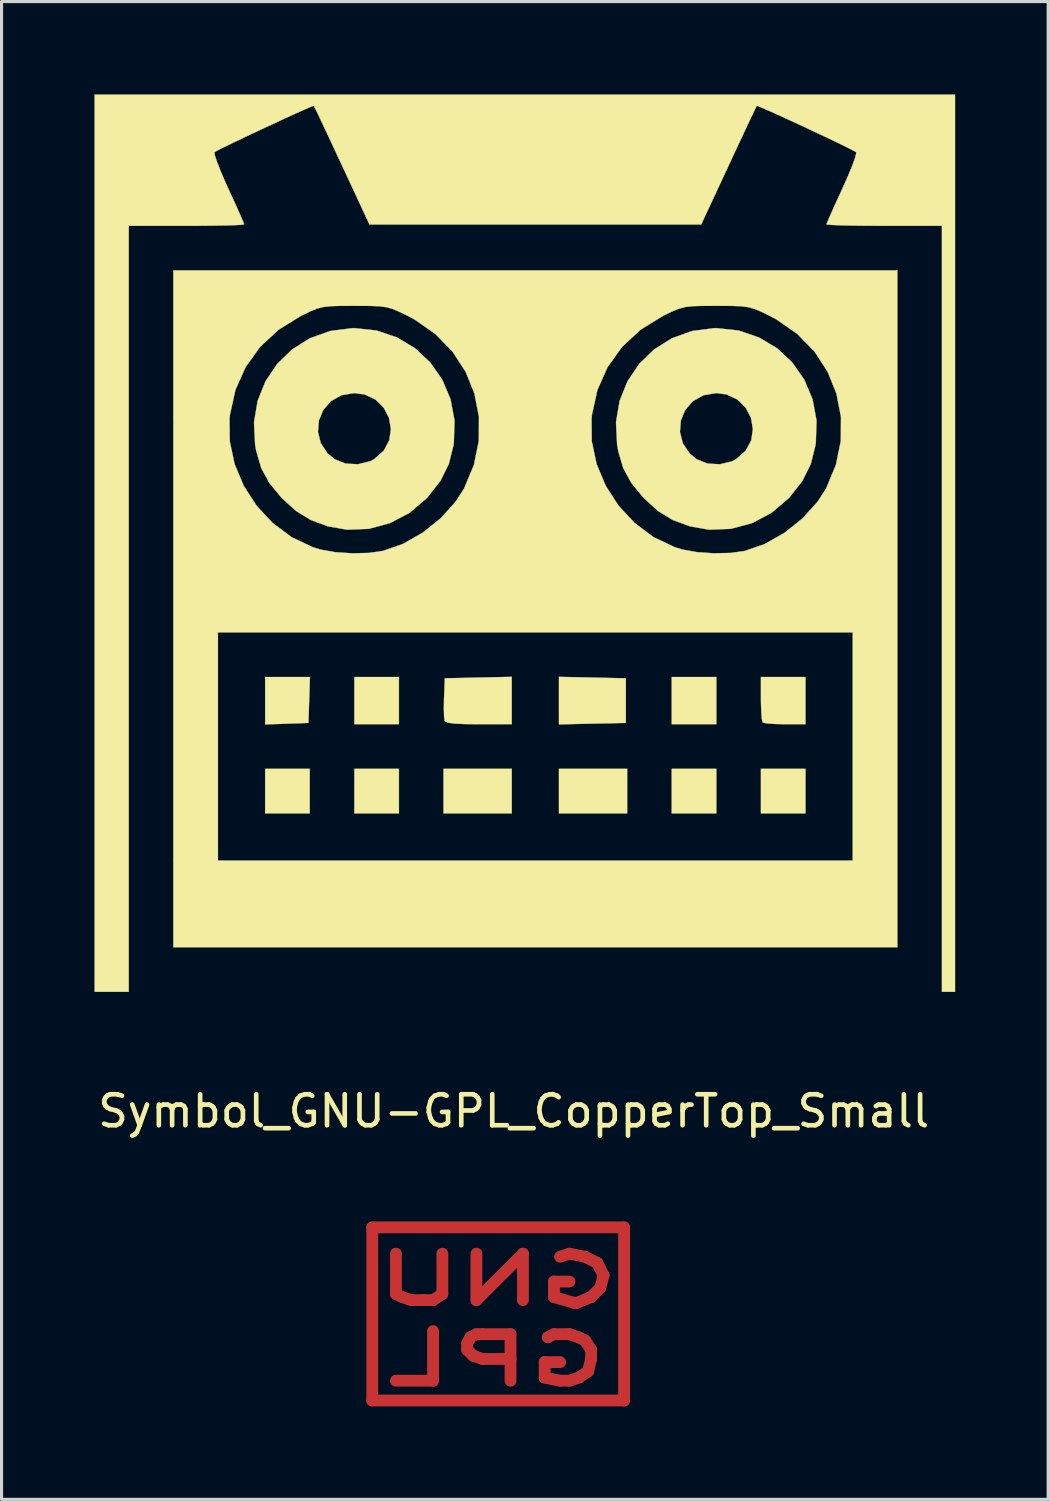
<source format=kicad_pcb>
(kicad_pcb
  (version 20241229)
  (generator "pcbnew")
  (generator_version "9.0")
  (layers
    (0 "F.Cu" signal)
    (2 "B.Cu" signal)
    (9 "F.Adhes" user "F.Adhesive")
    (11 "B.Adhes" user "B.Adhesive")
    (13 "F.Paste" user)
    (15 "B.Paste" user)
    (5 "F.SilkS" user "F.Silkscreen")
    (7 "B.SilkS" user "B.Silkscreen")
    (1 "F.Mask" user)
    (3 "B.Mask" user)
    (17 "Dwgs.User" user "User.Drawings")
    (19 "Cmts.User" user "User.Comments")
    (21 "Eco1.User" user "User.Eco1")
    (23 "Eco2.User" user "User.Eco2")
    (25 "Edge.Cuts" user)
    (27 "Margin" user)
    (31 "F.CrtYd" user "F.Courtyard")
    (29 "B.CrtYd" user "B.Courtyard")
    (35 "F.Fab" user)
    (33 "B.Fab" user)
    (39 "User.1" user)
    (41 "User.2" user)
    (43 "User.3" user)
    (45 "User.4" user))
  (footprint "Symbol_GNU-GPL_CopperTop_Small"
    (layer "F.Cu")
    (at 13.029 39.614)
    (property "Reference" "Symbol_GNU-GPL_CopperTop_Small" (at 0.5 -6.8 0) (layer "F.SilkS") (effects (font (size 1 1) (thickness 0.15))))
    (attr through_hole)
    (fp_line (start -4.064 -3.048) (end -4.064 2.54) (stroke (width 0.381) (type solid)) (layer "F.Cu"))
    (fp_line (start -4.064 2.54) (end 4.064 2.54) (stroke (width 0.381) (type solid)) (layer "F.Cu"))
    (fp_line (start -3.299 -0.899) (end -3.299 -2.2) (stroke (width 0.381) (type solid)) (layer "F.Cu"))
    (fp_line (start -3.099 -0.8) (end -3.299 -0.899) (stroke (width 0.381) (type solid)) (layer "F.Cu"))
    (fp_line (start -2.799 -0.701) (end -3.099 -0.8) (stroke (width 0.381) (type solid)) (layer "F.Cu"))
    (fp_line (start -2.4 -0.701) (end -2.799 -0.701) (stroke (width 0.381) (type solid)) (layer "F.Cu"))
    (fp_line (start -2.101 -0.701) (end -2.4 -0.701) (stroke (width 0.381) (type solid)) (layer "F.Cu"))
    (fp_line (start -2.101 0.3) (end -2.101 1.9) (stroke (width 0.381) (type solid)) (layer "F.Cu"))
    (fp_line (start -2.101 1.9) (end -3.299 1.9) (stroke (width 0.381) (type solid)) (layer "F.Cu"))
    (fp_line (start -1.801 -2.2) (end -1.801 -0.899) (stroke (width 0.381) (type solid)) (layer "F.Cu"))
    (fp_line (start -1.801 -0.899) (end -2.101 -0.701) (stroke (width 0.381) (type solid)) (layer "F.Cu"))
    (fp_line (start -1.001 0.701) (end -1.001 0.899) (stroke (width 0.381) (type solid)) (layer "F.Cu"))
    (fp_line (start -1.001 0.899) (end -0.8 1.1) (stroke (width 0.381) (type solid)) (layer "F.Cu"))
    (fp_line (start -0.899 0.5) (end -1.001 0.701) (stroke (width 0.381) (type solid)) (layer "F.Cu"))
    (fp_line (start -0.8 1.1) (end -0.5 1.199) (stroke (width 0.381) (type solid)) (layer "F.Cu"))
    (fp_line (start -0.701 -0.701) (end -0.701 -2.2) (stroke (width 0.381) (type solid)) (layer "F.Cu"))
    (fp_line (start -0.701 0.399) (end -0.899 0.5) (stroke (width 0.381) (type solid)) (layer "F.Cu"))
    (fp_line (start -0.5 0.399) (end -0.701 0.399) (stroke (width 0.381) (type solid)) (layer "F.Cu"))
    (fp_line (start -0.5 1.199) (end 0.399 1.199) (stroke (width 0.381) (type solid)) (layer "F.Cu"))
    (fp_line (start 0.399 0.399) (end -0.5 0.399) (stroke (width 0.381) (type solid)) (layer "F.Cu"))
    (fp_line (start 0.399 1.9) (end 0.399 0.399) (stroke (width 0.381) (type solid)) (layer "F.Cu"))
    (fp_line (start 0.8 -2.2) (end -0.701 -0.701) (stroke (width 0.381) (type solid)) (layer "F.Cu"))
    (fp_line (start 0.8 -0.701) (end 0.8 -2.2) (stroke (width 0.381) (type solid)) (layer "F.Cu"))
    (fp_line (start 1.501 1.3) (end 1.999 1.3) (stroke (width 0.381) (type solid)) (layer "F.Cu"))
    (fp_line (start 1.501 1.801) (end 1.501 1.3) (stroke (width 0.381) (type solid)) (layer "F.Cu"))
    (fp_line (start 1.6 0.5) (end 1.801 0.399) (stroke (width 0.381) (type solid)) (layer "F.Cu"))
    (fp_line (start 1.801 -1.3) (end 2.301 -1.3) (stroke (width 0.381) (type solid)) (layer "F.Cu"))
    (fp_line (start 1.801 -0.8) (end 1.801 -1.3) (stroke (width 0.381) (type solid)) (layer "F.Cu"))
    (fp_line (start 1.801 0.399) (end 2.301 0.399) (stroke (width 0.381) (type solid)) (layer "F.Cu"))
    (fp_line (start 1.999 -2.101) (end 2.301 -2.2) (stroke (width 0.381) (type solid)) (layer "F.Cu"))
    (fp_line (start 1.999 1.9) (end 1.501 1.801) (stroke (width 0.381) (type solid)) (layer "F.Cu"))
    (fp_line (start 2.301 -2.2) (end 2.799 -2.101) (stroke (width 0.381) (type solid)) (layer "F.Cu"))
    (fp_line (start 2.301 0.399) (end 2.601 0.5) (stroke (width 0.381) (type solid)) (layer "F.Cu"))
    (fp_line (start 2.301 1.9) (end 1.999 1.9) (stroke (width 0.381) (type solid)) (layer "F.Cu"))
    (fp_line (start 2.499 -0.599) (end 1.801 -0.8) (stroke (width 0.381) (type solid)) (layer "F.Cu"))
    (fp_line (start 2.601 0.5) (end 2.799 0.599) (stroke (width 0.381) (type solid)) (layer "F.Cu"))
    (fp_line (start 2.601 1.801) (end 2.301 1.9) (stroke (width 0.381) (type solid)) (layer "F.Cu"))
    (fp_line (start 2.799 -2.101) (end 3.2 -1.9) (stroke (width 0.381) (type solid)) (layer "F.Cu"))
    (fp_line (start 2.799 0.599) (end 3 0.899) (stroke (width 0.381) (type solid)) (layer "F.Cu"))
    (fp_line (start 2.901 1.6) (end 2.601 1.801) (stroke (width 0.381) (type solid)) (layer "F.Cu"))
    (fp_line (start 3 -0.8) (end 2.499 -0.599) (stroke (width 0.381) (type solid)) (layer "F.Cu"))
    (fp_line (start 3 0.899) (end 3 1.199) (stroke (width 0.381) (type solid)) (layer "F.Cu"))
    (fp_line (start 3 1.199) (end 2.901 1.6) (stroke (width 0.381) (type solid)) (layer "F.Cu"))
    (fp_line (start 3.2 -1.9) (end 3.401 -1.501) (stroke (width 0.381) (type solid)) (layer "F.Cu"))
    (fp_line (start 3.299 -1.1) (end 3 -0.8) (stroke (width 0.381) (type solid)) (layer "F.Cu"))
    (fp_line (start 3.401 -1.501) (end 3.299 -1.1) (stroke (width 0.381) (type solid)) (layer "F.Cu"))
    (fp_line (start 4.064 -3.048) (end -4.064 -3.048) (stroke (width 0.381) (type solid)) (layer "F.Cu"))
    (fp_line (start 4.064 2.54) (end 4.064 -3.048) (stroke (width 0.381) (type solid)) (layer "F.Cu")))
  (footprint "robo"
    (layer "F.Cu")
    (at 13.89 14.483)
    (property "Reference" "robo" (at 0 0 0) (layer "F.SilkS") (effects (font (size 1.524 1.524) (thickness 0.3))))
    (attr through_hole)
    (fp_poly (pts (xy -6.985 5.8) (xy -8.382 5.849) (xy -8.382 4.318) (xy -6.936 4.318) (xy -6.985 5.8)) (stroke (width 0.01) (type solid)) (fill yes) (layer "F.SilkS"))
    (fp_poly (pts (xy -6.943 8.721) (xy -8.382 8.721) (xy -8.382 7.281) (xy -6.943 7.281) (xy -6.943 8.721)) (stroke (width 0.01) (type solid)) (fill yes) (layer "F.SilkS"))
    (fp_poly (pts (xy -4.064 5.842) (xy -5.503 5.842) (xy -5.503 4.318) (xy -4.064 4.318) (xy -4.064 5.842)) (stroke (width 0.01) (type solid)) (fill yes) (layer "F.SilkS"))
    (fp_poly (pts (xy -4.064 8.721) (xy -5.503 8.721) (xy -5.503 7.281) (xy -4.064 7.281) (xy -4.064 8.721)) (stroke (width 0.01) (type solid)) (fill yes) (layer "F.SilkS"))
    (fp_poly (pts (xy -0.423 8.721) (xy -2.625 8.721) (xy -2.625 7.281) (xy -0.423 7.281) (xy -0.423 8.721)) (stroke (width 0.01) (type solid)) (fill yes) (layer "F.SilkS"))
    (fp_poly (pts (xy 3.302 8.721) (xy 1.101 8.721) (xy 1.101 7.281) (xy 3.302 7.281) (xy 3.302 8.721)) (stroke (width 0.01) (type solid)) (fill yes) (layer "F.SilkS"))
    (fp_poly (pts (xy 6.181 5.842) (xy 4.741 5.842) (xy 4.741 4.318) (xy 6.181 4.318) (xy 6.181 5.842)) (stroke (width 0.01) (type solid)) (fill yes) (layer "F.SilkS"))
    (fp_poly (pts (xy 6.181 8.721) (xy 4.741 8.721) (xy 4.741 7.281) (xy 6.181 7.281) (xy 6.181 8.721)) (stroke (width 0.01) (type solid)) (fill yes) (layer "F.SilkS"))
    (fp_poly (pts (xy 9.059 8.721) (xy 7.62 8.721) (xy 7.62 7.281) (xy 9.059 7.281) (xy 9.059 8.721)) (stroke (width 0.01) (type solid)) (fill yes) (layer "F.SilkS"))
    (fp_poly (pts (xy 2.18 4.337) (xy 3.26 4.36) (xy 3.26 5.8) (xy 2.18 5.823) (xy 1.101 5.847) (xy 1.101 4.313) (xy 2.18 4.337)) (stroke (width 0.01) (type solid)) (fill yes) (layer "F.SilkS"))
    (fp_poly (pts (xy 9.059 5.842) (xy 8.396 5.842) (xy 8.076 5.835) (xy 7.824 5.817) (xy 7.687 5.792) (xy 7.676 5.786) (xy 7.65 5.68) (xy 7.631 5.449) (xy 7.621 5.136) (xy 7.62 5.024) (xy 7.62 4.318) (xy 9.059 4.318) (xy 9.059 5.842)) (stroke (width 0.01) (type solid)) (fill yes) (layer "F.SilkS"))
    (fp_poly (pts (xy -0.423 5.842) (xy -1.484 5.842) (xy -1.954 5.837) (xy -2.277 5.822) (xy -2.476 5.794) (xy -2.573 5.751) (xy -2.589 5.728) (xy -2.607 5.592) (xy -2.614 5.339) (xy -2.609 5.021) (xy -2.607 4.987) (xy -2.582 4.36) (xy -1.503 4.337) (xy -0.423 4.313) (xy -0.423 5.842)) (stroke (width 0.01) (type solid)) (fill yes) (layer "F.SilkS"))
    (fp_poly (pts (xy -4.782 -6.864) (xy -4.122 -6.64) (xy -3.539 -6.289) (xy -3.047 -5.827) (xy -2.662 -5.273) (xy -2.397 -4.644) (xy -2.269 -3.957) (xy -2.292 -3.23) (xy -2.3 -3.175) (xy -2.453 -2.56) (xy -2.723 -2.015) (xy -3.134 -1.49) (xy -3.17 -1.452) (xy -3.726 -0.977) (xy -4.356 -0.646) (xy -5.036 -0.464) (xy -5.741 -0.437) (xy -6.35 -0.544) (xy -6.908 -0.749) (xy -7.387 -1.042) (xy -7.847 -1.461) (xy -7.858 -1.473) (xy -8.246 -1.944) (xy -8.506 -2.42) (xy -8.667 -2.963) (xy -8.706 -3.176) (xy -8.726 -3.593) (xy -6.678 -3.593) (xy -6.586 -3.228) (xy -6.365 -2.896) (xy -6.138 -2.708) (xy -5.791 -2.571) (xy -5.39 -2.548) (xy -5.002 -2.641) (xy -4.866 -2.711) (xy -4.554 -2.987) (xy -4.376 -3.322) (xy -4.323 -3.686) (xy -4.385 -4.047) (xy -4.554 -4.373) (xy -4.819 -4.636) (xy -5.173 -4.802) (xy -5.503 -4.846) (xy -5.925 -4.775) (xy -6.263 -4.583) (xy -6.507 -4.302) (xy -6.648 -3.961) (xy -6.678 -3.593) (xy -8.726 -3.593) (xy -8.742 -3.903) (xy -8.625 -4.592) (xy -8.371 -5.226) (xy -7.994 -5.786) (xy -7.51 -6.256) (xy -6.934 -6.617) (xy -6.28 -6.851) (xy -5.563 -6.942) (xy -5.503 -6.943) (xy -4.782 -6.864)) (stroke (width 0.01) (type solid)) (fill yes) (layer "F.SilkS"))
    (fp_poly (pts (xy 6.902 -6.864) (xy 7.562 -6.64) (xy 8.145 -6.289) (xy 8.637 -5.827) (xy 9.022 -5.273) (xy 9.287 -4.644) (xy 9.415 -3.957) (xy 9.392 -3.23) (xy 9.384 -3.175) (xy 9.231 -2.56) (xy 8.961 -2.015) (xy 8.55 -1.49) (xy 8.514 -1.452) (xy 7.958 -0.977) (xy 7.328 -0.646) (xy 6.648 -0.464) (xy 5.943 -0.437) (xy 5.334 -0.544) (xy 4.776 -0.749) (xy 4.297 -1.042) (xy 3.837 -1.461) (xy 3.826 -1.473) (xy 3.438 -1.944) (xy 3.178 -2.42) (xy 3.017 -2.963) (xy 2.978 -3.176) (xy 2.958 -3.593) (xy 5.006 -3.593) (xy 5.098 -3.228) (xy 5.319 -2.896) (xy 5.546 -2.708) (xy 5.893 -2.571) (xy 6.294 -2.548) (xy 6.682 -2.641) (xy 6.818 -2.711) (xy 7.13 -2.987) (xy 7.308 -3.322) (xy 7.361 -3.686) (xy 7.299 -4.047) (xy 7.13 -4.373) (xy 6.864 -4.636) (xy 6.511 -4.802) (xy 6.181 -4.846) (xy 5.759 -4.775) (xy 5.421 -4.583) (xy 5.177 -4.302) (xy 5.036 -3.961) (xy 5.006 -3.593) (xy 2.958 -3.593) (xy 2.942 -3.903) (xy 3.059 -4.592) (xy 3.313 -5.226) (xy 3.69 -5.786) (xy 4.174 -6.256) (xy 4.75 -6.617) (xy 5.404 -6.851) (xy 6.121 -6.942) (xy 6.181 -6.943) (xy 6.902 -6.864)) (stroke (width 0.01) (type solid)) (fill yes) (layer "F.SilkS"))
    (fp_poly (pts (xy 13.885 14.478) (xy 13.462 14.478) (xy 13.462 -10.245) (xy 11.599 -10.245) (xy 11.058 -10.247) (xy 10.579 -10.252) (xy 10.186 -10.261) (xy 9.902 -10.273) (xy 9.753 -10.286) (xy 9.737 -10.292) (xy 9.77 -10.382) (xy 9.863 -10.596) (xy 10.002 -10.907) (xy 10.175 -11.285) (xy 10.249 -11.447) (xy 10.427 -11.845) (xy 10.569 -12.189) (xy 10.663 -12.45) (xy 10.698 -12.599) (xy 10.694 -12.621) (xy 10.6 -12.675) (xy 10.384 -12.784) (xy 10.074 -12.936) (xy 9.696 -13.116) (xy 9.278 -13.313) (xy 8.849 -13.514) (xy 8.435 -13.705) (xy 8.064 -13.874) (xy 7.764 -14.007) (xy 7.562 -14.093) (xy 7.486 -14.118) (xy 7.446 -14.039) (xy 7.345 -13.827) (xy 7.192 -13.503) (xy 6.997 -13.089) (xy 6.771 -12.604) (xy 6.579 -12.192) (xy 5.692 -10.287) (xy -5.015 -10.287) (xy -5.901 -12.192) (xy -6.146 -12.716) (xy -6.366 -13.187) (xy -6.552 -13.583) (xy -6.695 -13.884) (xy -6.783 -14.069) (xy -6.809 -14.118) (xy -6.889 -14.092) (xy -7.093 -14.005) (xy -7.395 -13.87) (xy -7.768 -13.7) (xy -8.182 -13.509) (xy -8.612 -13.308) (xy -9.028 -13.112) (xy -9.405 -12.932) (xy -9.713 -12.781) (xy -9.927 -12.673) (xy -10.017 -12.621) (xy -10.007 -12.525) (xy -9.935 -12.305) (xy -9.811 -11.991) (xy -9.647 -11.611) (xy -9.572 -11.447) (xy -9.39 -11.05) (xy -9.236 -10.709) (xy -9.123 -10.453) (xy -9.065 -10.311) (xy -9.059 -10.292) (xy -9.14 -10.278) (xy -9.366 -10.266) (xy -9.713 -10.256) (xy -10.156 -10.249) (xy -10.673 -10.245) (xy -10.922 -10.245) (xy -12.785 -10.245) (xy -12.785 14.478) (xy -13.885 14.478) (xy -13.885 -14.478) (xy 13.885 -14.478) (xy 13.885 14.478)) (stroke (width 0.01) (type solid)) (fill yes) (layer "F.SilkS"))
    (fp_poly (pts (xy 12.023 13.039) (xy -11.345 13.039) (xy -11.345 2.879) (xy -9.906 2.879) (xy -9.906 10.245) (xy 10.583 10.245) (xy 10.583 2.879) (xy -9.906 2.879) (xy -11.345 2.879) (xy -11.345 -4.047) (xy -9.531 -4.047) (xy -9.525 -3.293) (xy -9.367 -2.553) (xy -9.072 -1.85) (xy -8.656 -1.206) (xy -8.135 -0.647) (xy -7.526 -0.194) (xy -6.845 0.128) (xy -6.602 0.203) (xy -6.128 0.289) (xy -5.579 0.326) (xy -5.034 0.313) (xy -4.581 0.249) (xy -3.936 0.024) (xy -3.302 -0.337) (xy -2.722 -0.8) (xy -2.238 -1.335) (xy -1.962 -1.763) (xy -1.644 -2.527) (xy -1.485 -3.306) (xy -1.482 -4.047) (xy 2.153 -4.047) (xy 2.159 -3.293) (xy 2.317 -2.553) (xy 2.612 -1.85) (xy 3.028 -1.206) (xy 3.549 -0.647) (xy 4.158 -0.194) (xy 4.839 0.128) (xy 5.082 0.203) (xy 5.556 0.289) (xy 6.105 0.326) (xy 6.65 0.313) (xy 7.103 0.249) (xy 7.748 0.024) (xy 8.382 -0.337) (xy 8.962 -0.8) (xy 9.446 -1.335) (xy 9.722 -1.763) (xy 10.04 -2.527) (xy 10.199 -3.306) (xy 10.203 -4.079) (xy 10.058 -4.828) (xy 9.772 -5.536) (xy 9.35 -6.183) (xy 8.798 -6.752) (xy 8.121 -7.223) (xy 7.898 -7.341) (xy 7.624 -7.474) (xy 7.41 -7.564) (xy 7.209 -7.619) (xy 6.978 -7.649) (xy 6.672 -7.66) (xy 6.247 -7.662) (xy 6.181 -7.662) (xy 5.737 -7.661) (xy 5.418 -7.651) (xy 5.18 -7.624) (xy 4.978 -7.573) (xy 4.767 -7.488) (xy 4.504 -7.361) (xy 4.464 -7.341) (xy 3.74 -6.895) (xy 3.14 -6.339) (xy 2.671 -5.685) (xy 2.342 -4.946) (xy 2.163 -4.133) (xy 2.153 -4.047) (xy -1.482 -4.047) (xy -1.481 -4.079) (xy -1.626 -4.828) (xy -1.912 -5.536) (xy -2.334 -6.183) (xy -2.886 -6.752) (xy -3.563 -7.223) (xy -3.786 -7.341) (xy -4.06 -7.474) (xy -4.274 -7.564) (xy -4.475 -7.619) (xy -4.706 -7.649) (xy -5.012 -7.66) (xy -5.437 -7.662) (xy -5.503 -7.662) (xy -5.947 -7.661) (xy -6.266 -7.651) (xy -6.504 -7.624) (xy -6.706 -7.573) (xy -6.917 -7.488) (xy -7.18 -7.361) (xy -7.22 -7.341) (xy -7.944 -6.895) (xy -8.544 -6.339) (xy -9.013 -5.685) (xy -9.342 -4.946) (xy -9.521 -4.133) (xy -9.531 -4.047) (xy -11.345 -4.047) (xy -11.345 -8.805) (xy 12.023 -8.805) (xy 12.023 13.039)) (stroke (width 0.01) (type solid)) (fill yes) (layer "F.SilkS")))
  (gr_rect
    (start -3 -3)
    (end 30.781 45.344)
    (stroke (width 0.1) (type default))
    (fill no)
    (layer "Edge.Cuts")))
</source>
